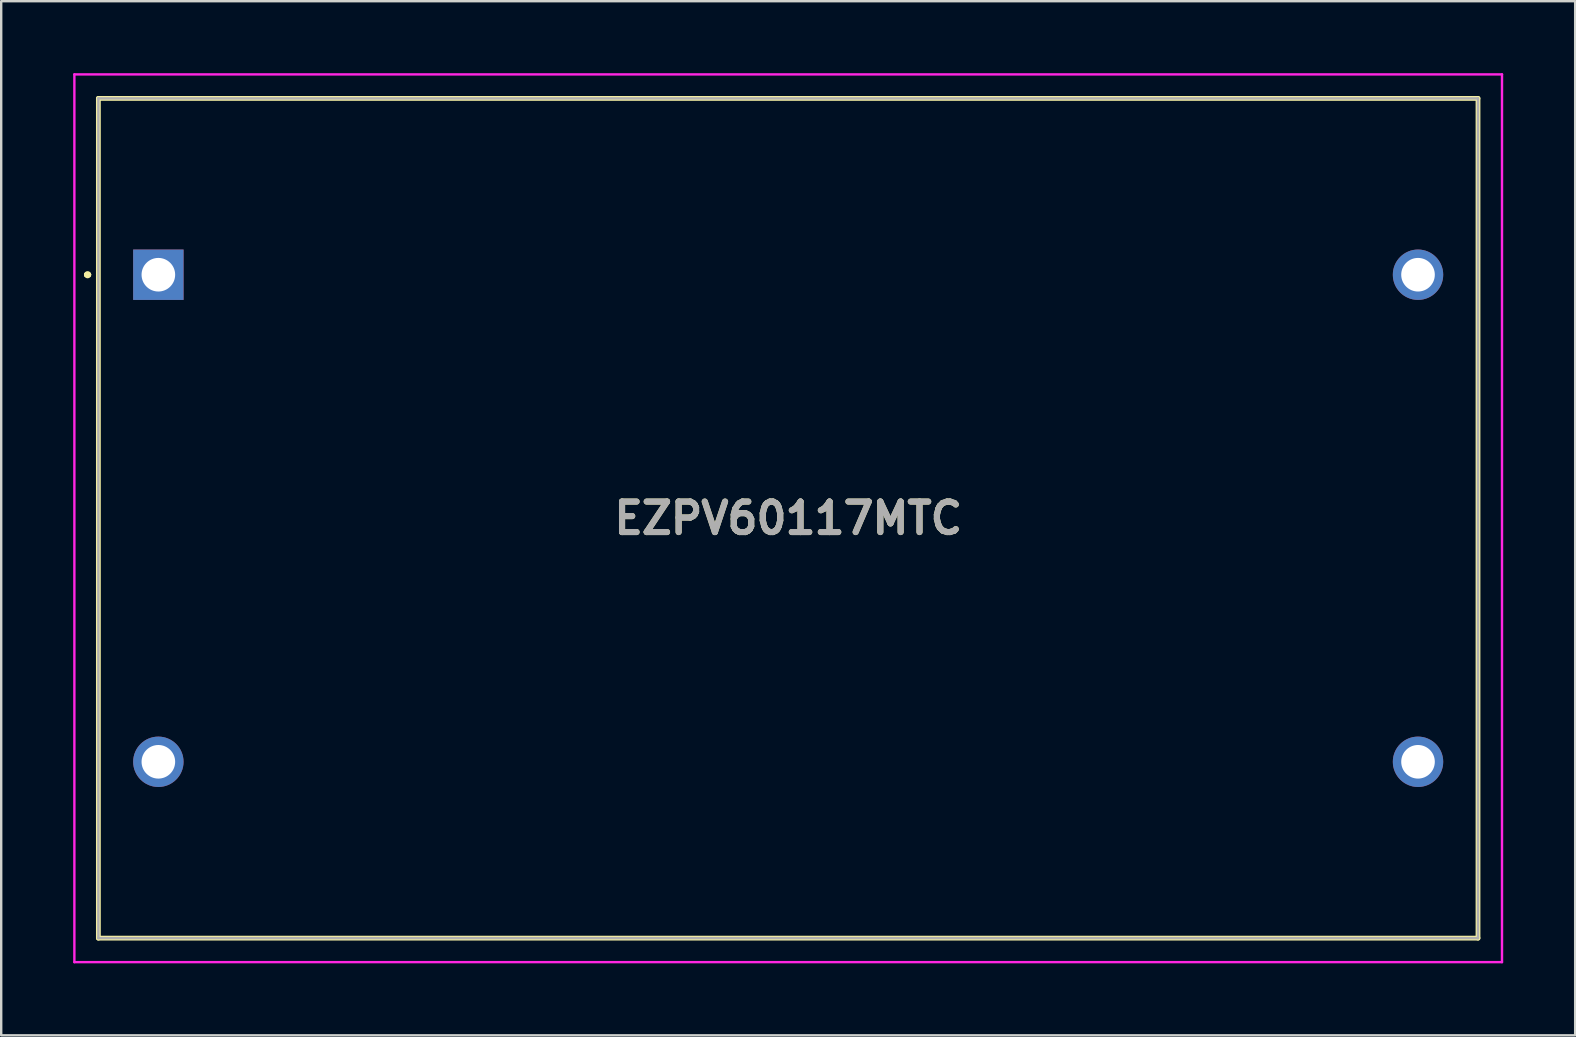
<source format=kicad_pcb>
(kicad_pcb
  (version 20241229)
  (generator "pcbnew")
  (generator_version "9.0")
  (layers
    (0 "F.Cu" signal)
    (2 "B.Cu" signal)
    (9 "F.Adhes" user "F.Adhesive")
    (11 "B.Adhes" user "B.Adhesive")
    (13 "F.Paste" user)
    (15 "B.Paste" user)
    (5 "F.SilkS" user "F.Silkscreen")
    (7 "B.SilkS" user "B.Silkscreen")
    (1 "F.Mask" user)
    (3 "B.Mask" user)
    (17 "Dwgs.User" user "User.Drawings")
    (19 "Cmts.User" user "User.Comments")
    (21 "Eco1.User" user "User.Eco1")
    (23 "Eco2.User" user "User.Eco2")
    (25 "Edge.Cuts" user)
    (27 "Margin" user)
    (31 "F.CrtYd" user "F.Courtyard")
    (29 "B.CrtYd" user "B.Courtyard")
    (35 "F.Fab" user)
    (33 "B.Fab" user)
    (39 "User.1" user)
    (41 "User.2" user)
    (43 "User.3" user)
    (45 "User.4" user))
  (footprint "EZPV60117MTC"
    (layer "F.Cu")
    (at 3.55 8.4)
    (property "Reference" "EZPV60117MTC" (at 26.25 10.15 0) (layer "F.SilkS") (effects (font (size 1.27 1.27) (thickness 0.254))))
    (attr through_hole)
    (fp_line (start -3 0) (end -3 0) (stroke (width 0.2) (type solid)) (layer "F.SilkS"))
    (fp_line (start -3 0) (end -2.9 0) (stroke (width 0.2) (type solid)) (layer "F.SilkS"))
    (fp_line (start -2.9 0) (end -2.9 0) (stroke (width 0.2) (type solid)) (layer "F.SilkS"))
    (fp_line (start -2.5 -7.35) (end -2.5 27.65) (stroke (width 0.2) (type solid)) (layer "F.SilkS"))
    (fp_line (start -2.5 27.65) (end 55 27.65) (stroke (width 0.2) (type solid)) (layer "F.SilkS"))
    (fp_line (start 55 -7.35) (end -2.5 -7.35) (stroke (width 0.2) (type solid)) (layer "F.SilkS"))
    (fp_line (start 55 27.65) (end 55 -7.35) (stroke (width 0.2) (type solid)) (layer "F.SilkS"))
    (fp_arc (start -3 0) (mid -2.95 -0.05) (end -2.9 0) (stroke (width 0.2) (type solid)) (layer "F.SilkS"))
    (fp_arc (start -2.9 0) (mid -2.95 0.05) (end -3 0) (stroke (width 0.2) (type solid)) (layer "F.SilkS"))
    (fp_line (start -3.5 -8.35) (end 56 -8.35) (stroke (width 0.1) (type solid)) (layer "F.CrtYd"))
    (fp_line (start -3.5 28.65) (end -3.5 -8.35) (stroke (width 0.1) (type solid)) (layer "F.CrtYd"))
    (fp_line (start 56 -8.35) (end 56 28.65) (stroke (width 0.1) (type solid)) (layer "F.CrtYd"))
    (fp_line (start 56 28.65) (end -3.5 28.65) (stroke (width 0.1) (type solid)) (layer "F.CrtYd"))
    (fp_line (start -2.5 -7.35) (end -2.5 27.65) (stroke (width 0.1) (type solid)) (layer "F.Fab"))
    (fp_line (start -2.5 27.65) (end 55 27.65) (stroke (width 0.1) (type solid)) (layer "F.Fab"))
    (fp_line (start 55 -7.35) (end -2.5 -7.35) (stroke (width 0.1) (type solid)) (layer "F.Fab"))
    (fp_line (start 55 27.65) (end 55 -7.35) (stroke (width 0.1) (type solid)) (layer "F.Fab"))
    (fp_text user "${REFERENCE}" (at 26.25 10.15 0) (layer "F.Fab") (effects (font (size 1.27 1.27) (thickness 0.254))))
    (pad "1" thru_hole rect (at 0 0) (size 2.1 2.1) (drill 1.4) (layers "*.Cu" "*.Mask"))
    (pad "2" thru_hole circle (at 52.5 0) (size 2.1 2.1) (drill 1.4) (layers "*.Cu" "*.Mask"))
    (pad "3" thru_hole circle (at 0 20.3) (size 2.1 2.1) (drill 1.4) (layers "*.Cu" "*.Mask"))
    (pad "4" thru_hole circle (at 52.5 20.3) (size 2.1 2.1) (drill 1.4) (layers "*.Cu" "*.Mask")))
  (gr_rect
    (start -3 -3)
    (end 62.6 40.1)
    (stroke (width 0.1) (type default))
    (fill no)
    (layer "Edge.Cuts")))
</source>
